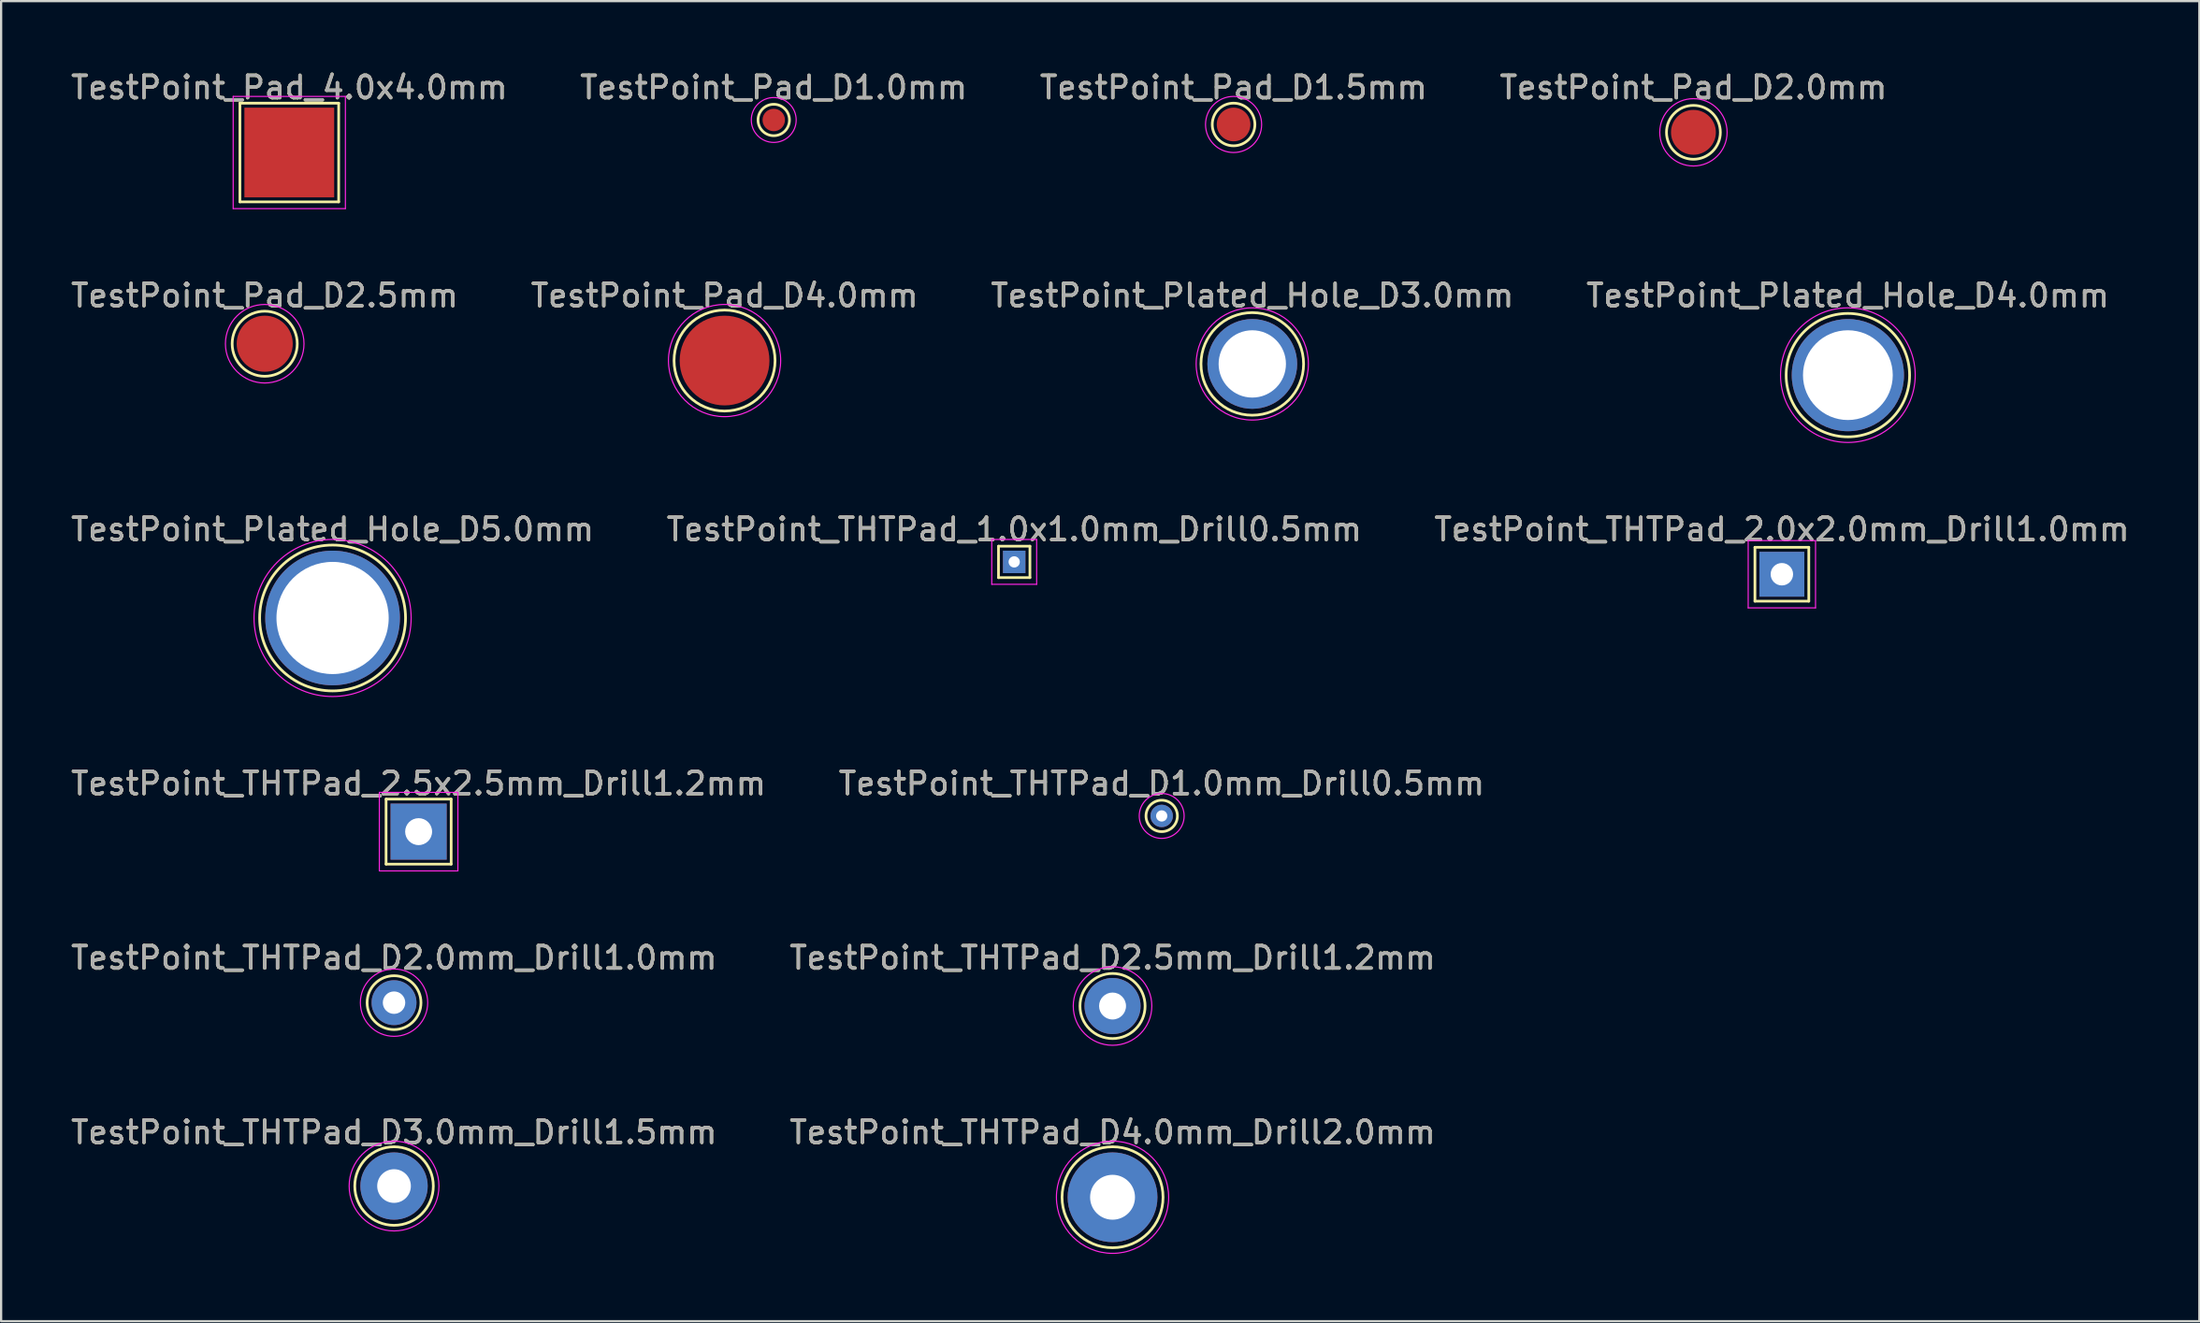
<source format=kicad_pcb>
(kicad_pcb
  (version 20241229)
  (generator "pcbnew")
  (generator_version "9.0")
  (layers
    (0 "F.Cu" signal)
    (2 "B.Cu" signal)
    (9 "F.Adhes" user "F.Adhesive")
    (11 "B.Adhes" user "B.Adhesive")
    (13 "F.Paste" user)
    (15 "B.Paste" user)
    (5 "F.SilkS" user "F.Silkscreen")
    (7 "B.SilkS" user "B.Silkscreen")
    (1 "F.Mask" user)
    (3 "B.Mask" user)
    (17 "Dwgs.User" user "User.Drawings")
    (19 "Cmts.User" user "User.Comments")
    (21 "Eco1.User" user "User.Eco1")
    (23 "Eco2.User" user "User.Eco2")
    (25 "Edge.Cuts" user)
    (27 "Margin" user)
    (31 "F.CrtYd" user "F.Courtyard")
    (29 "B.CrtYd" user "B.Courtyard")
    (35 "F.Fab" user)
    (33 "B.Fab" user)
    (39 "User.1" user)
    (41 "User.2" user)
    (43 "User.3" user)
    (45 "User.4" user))
  (footprint "TestPoint_THTPad_D2.0mm_Drill1.0mm"
    (layer "F.Cu")
    (at 14.506 41.641)
    (property "Reference" "TestPoint_THTPad_D2.0mm_Drill1.0mm" (at 0 -1.998 0) (layer "F.SilkS") (effects (font (size 1 1) (thickness 0.15))))
    (attr exclude_from_pos_files exclude_from_bom)
    (fp_circle (center 0 0) (end 0 1.2) (stroke (width 0.12) (type solid)) (fill no) (layer "F.SilkS"))
    (fp_circle (center 0 0) (end 1.5 0) (stroke (width 0.05) (type solid)) (fill no) (layer "F.CrtYd"))
    (fp_text user "${REFERENCE}" (at 0 -2 0) (layer "F.Fab") (effects (font (size 1 1) (thickness 0.15))))
    (pad "" np_thru_hole circle (at 0 0) (size 2 2) (drill 1) (layers "*.Cu" "*.Mask")))
  (footprint "TestPoint_Pad_D1.0mm"
    (layer "F.Cu")
    (at 31.423 2.298)
    (property "Reference" "TestPoint_Pad_D1.0mm" (at 0 -1.448 0) (layer "F.SilkS") (effects (font (size 1 1) (thickness 0.15))))
    (attr exclude_from_pos_files exclude_from_bom)
    (fp_circle (center 0 0) (end 0 0.7) (stroke (width 0.12) (type solid)) (fill no) (layer "F.SilkS"))
    (fp_circle (center 0 0) (end 1 0) (stroke (width 0.05) (type solid)) (fill no) (layer "F.CrtYd"))
    (fp_text user "${REFERENCE}" (at 0 -1.45 0) (layer "F.Fab") (effects (font (size 1 1) (thickness 0.15))))
    (pad "1" smd circle (at 0 0) (size 1 1) (layers "F.Cu" "F.Mask")))
  (footprint "TestPoint_THTPad_D2.5mm_Drill1.2mm"
    (layer "F.Cu")
    (at 46.518 41.791)
    (property "Reference" "TestPoint_THTPad_D2.5mm_Drill1.2mm" (at 0 -2.148 0) (layer "F.SilkS") (effects (font (size 1 1) (thickness 0.15))))
    (attr exclude_from_pos_files exclude_from_bom)
    (fp_circle (center 0 0) (end 0 1.45) (stroke (width 0.12) (type solid)) (fill no) (layer "F.SilkS"))
    (fp_circle (center 0 0) (end 1.75 0) (stroke (width 0.05) (type solid)) (fill no) (layer "F.CrtYd"))
    (fp_text user "${REFERENCE}" (at 0 -2.15 0) (layer "F.Fab") (effects (font (size 1 1) (thickness 0.15))))
    (pad "" np_thru_hole circle (at 0 0) (size 2.5 2.5) (drill 1.2) (layers "*.Cu" "*.Mask")))
  (footprint "TestPoint_THTPad_2.0x2.0mm_Drill1.0mm"
    (layer "F.Cu")
    (at 76.339 22.545)
    (property "Reference" "TestPoint_THTPad_2.0x2.0mm_Drill1.0mm" (at 0 -1.998 0) (layer "F.SilkS") (effects (font (size 1 1) (thickness 0.15))))
    (attr exclude_from_pos_files exclude_from_bom)
    (fp_line (start -1.2 -1.2) (end 1.2 -1.2) (stroke (width 0.12) (type solid)) (layer "F.SilkS"))
    (fp_line (start -1.2 1.2) (end -1.2 -1.2) (stroke (width 0.12) (type solid)) (layer "F.SilkS"))
    (fp_line (start 1.2 -1.2) (end 1.2 1.2) (stroke (width 0.12) (type solid)) (layer "F.SilkS"))
    (fp_line (start 1.2 1.2) (end -1.2 1.2) (stroke (width 0.12) (type solid)) (layer "F.SilkS"))
    (fp_line (start -1.5 -1.5) (end -1.5 1.5) (stroke (width 0.05) (type solid)) (layer "F.CrtYd"))
    (fp_line (start -1.5 -1.5) (end 1.5 -1.5) (stroke (width 0.05) (type solid)) (layer "F.CrtYd"))
    (fp_line (start 1.5 1.5) (end -1.5 1.5) (stroke (width 0.05) (type solid)) (layer "F.CrtYd"))
    (fp_line (start 1.5 1.5) (end 1.5 -1.5) (stroke (width 0.05) (type solid)) (layer "F.CrtYd"))
    (fp_text user "${REFERENCE}" (at 0 -2 0) (layer "F.Fab") (effects (font (size 1 1) (thickness 0.15))))
    (pad "" np_thru_hole rect (at 0 0) (size 2 2) (drill 1) (layers "*.Cu" "*.Mask")))
  (footprint "TestPoint_THTPad_1.0x1.0mm_Drill0.5mm"
    (layer "F.Cu")
    (at 42.137 21.995)
    (property "Reference" "TestPoint_THTPad_1.0x1.0mm_Drill0.5mm" (at 0 -1.448 0) (layer "F.SilkS") (effects (font (size 1 1) (thickness 0.15))))
    (attr exclude_from_pos_files exclude_from_bom)
    (fp_line (start -0.7 -0.7) (end 0.7 -0.7) (stroke (width 0.12) (type solid)) (layer "F.SilkS"))
    (fp_line (start -0.7 0.7) (end -0.7 -0.7) (stroke (width 0.12) (type solid)) (layer "F.SilkS"))
    (fp_line (start 0.7 -0.7) (end 0.7 0.7) (stroke (width 0.12) (type solid)) (layer "F.SilkS"))
    (fp_line (start 0.7 0.7) (end -0.7 0.7) (stroke (width 0.12) (type solid)) (layer "F.SilkS"))
    (fp_line (start -1 -1) (end -1 1) (stroke (width 0.05) (type solid)) (layer "F.CrtYd"))
    (fp_line (start -1 -1) (end 1 -1) (stroke (width 0.05) (type solid)) (layer "F.CrtYd"))
    (fp_line (start 1 1) (end -1 1) (stroke (width 0.05) (type solid)) (layer "F.CrtYd"))
    (fp_line (start 1 1) (end 1 -1) (stroke (width 0.05) (type solid)) (layer "F.CrtYd"))
    (fp_text user "${REFERENCE}" (at 0 -1.45 0) (layer "F.Fab") (effects (font (size 1 1) (thickness 0.15))))
    (pad "" np_thru_hole rect (at 0 0) (size 1 1) (drill 0.5) (layers "*.Cu" "*.Mask")))
  (footprint "TestPoint_Pad_D1.5mm"
    (layer "F.Cu")
    (at 51.911 2.498)
    (property "Reference" "TestPoint_Pad_D1.5mm" (at 0 -1.648 0) (layer "F.SilkS") (effects (font (size 1 1) (thickness 0.15))))
    (attr exclude_from_pos_files exclude_from_bom)
    (fp_circle (center 0 0) (end 0 0.95) (stroke (width 0.12) (type solid)) (fill no) (layer "F.SilkS"))
    (fp_circle (center 0 0) (end 1.25 0) (stroke (width 0.05) (type solid)) (fill no) (layer "F.CrtYd"))
    (fp_text user "${REFERENCE}" (at 0 -1.65 0) (layer "F.Fab") (effects (font (size 1 1) (thickness 0.15))))
    (pad "1" smd circle (at 0 0) (size 1.5 1.5) (layers "F.Cu" "F.Mask")))
  (footprint "TestPoint_Pad_D4.0mm"
    (layer "F.Cu")
    (at 29.232 13.021)
    (property "Reference" "TestPoint_Pad_D4.0mm" (at 0 -2.898 0) (layer "F.SilkS") (effects (font (size 1 1) (thickness 0.15))))
    (attr exclude_from_pos_files exclude_from_bom)
    (fp_circle (center 0 0) (end 0 2.25) (stroke (width 0.12) (type solid)) (fill no) (layer "F.SilkS"))
    (fp_circle (center 0 0) (end 2.5 0) (stroke (width 0.05) (type solid)) (fill no) (layer "F.CrtYd"))
    (fp_text user "${REFERENCE}" (at 0 -2.9 0) (layer "F.Fab") (effects (font (size 1 1) (thickness 0.15))))
    (pad "1" smd circle (at 0 0) (size 4 4) (layers "F.Cu" "F.Mask")))
  (footprint "TestPoint_THTPad_D3.0mm_Drill1.5mm"
    (layer "F.Cu")
    (at 14.506 49.815)
    (property "Reference" "TestPoint_THTPad_D3.0mm_Drill1.5mm" (at 0 -2.398 0) (layer "F.SilkS") (effects (font (size 1 1) (thickness 0.15))))
    (attr exclude_from_pos_files exclude_from_bom)
    (fp_circle (center 0 0) (end 0 1.75) (stroke (width 0.12) (type solid)) (fill no) (layer "F.SilkS"))
    (fp_circle (center 0 0) (end 2 0) (stroke (width 0.05) (type solid)) (fill no) (layer "F.CrtYd"))
    (fp_text user "${REFERENCE}" (at 0 -2.4 0) (layer "F.Fab") (effects (font (size 1 1) (thickness 0.15))))
    (pad "" np_thru_hole circle (at 0 0) (size 3 3) (drill 1.5) (layers "*.Cu" "*.Mask")))
  (footprint "TestPoint_THTPad_2.5x2.5mm_Drill1.2mm"
    (layer "F.Cu")
    (at 15.601 34.018)
    (property "Reference" "TestPoint_THTPad_2.5x2.5mm_Drill1.2mm" (at 0 -2.148 0) (layer "F.SilkS") (effects (font (size 1 1) (thickness 0.15))))
    (attr exclude_from_pos_files exclude_from_bom)
    (fp_line (start -1.45 -1.45) (end 1.45 -1.45) (stroke (width 0.12) (type solid)) (layer "F.SilkS"))
    (fp_line (start -1.45 1.45) (end -1.45 -1.45) (stroke (width 0.12) (type solid)) (layer "F.SilkS"))
    (fp_line (start 1.45 -1.45) (end 1.45 1.45) (stroke (width 0.12) (type solid)) (layer "F.SilkS"))
    (fp_line (start 1.45 1.45) (end -1.45 1.45) (stroke (width 0.12) (type solid)) (layer "F.SilkS"))
    (fp_line (start -1.75 -1.75) (end -1.75 1.75) (stroke (width 0.05) (type solid)) (layer "F.CrtYd"))
    (fp_line (start -1.75 -1.75) (end 1.75 -1.75) (stroke (width 0.05) (type solid)) (layer "F.CrtYd"))
    (fp_line (start 1.75 1.75) (end -1.75 1.75) (stroke (width 0.05) (type solid)) (layer "F.CrtYd"))
    (fp_line (start 1.75 1.75) (end 1.75 -1.75) (stroke (width 0.05) (type solid)) (layer "F.CrtYd"))
    (fp_text user "${REFERENCE}" (at 0 -2.15 0) (layer "F.Fab") (effects (font (size 1 1) (thickness 0.15))))
    (pad "" np_thru_hole rect (at 0 0) (size 2.5 2.5) (drill 1.2) (layers "*.Cu" "*.Mask")))
  (footprint "TestPoint_Plated_Hole_D4.0mm"
    (layer "F.Cu")
    (at 79.28 13.671)
    (property "Reference" "TestPoint_Plated_Hole_D4.0mm" (at 0 -3.548 0) (layer "F.SilkS") (effects (font (size 1 1) (thickness 0.15))))
    (attr exclude_from_pos_files exclude_from_bom)
    (fp_circle (center 0 0) (end 0 2.75) (stroke (width 0.12) (type solid)) (fill no) (layer "F.SilkS"))
    (fp_circle (center 0 0) (end 3 0) (stroke (width 0.05) (type solid)) (fill no) (layer "F.CrtYd"))
    (fp_text user "${REFERENCE}" (at 0 -3.55 0) (layer "F.Fab") (effects (font (size 1 1) (thickness 0.15))))
    (pad "1" thru_hole circle (at 0 0) (size 5 5) (drill 4) (layers "*.Cu" "*.Mask")))
  (footprint "TestPoint_Pad_D2.5mm"
    (layer "F.Cu")
    (at 8.744 12.271)
    (property "Reference" "TestPoint_Pad_D2.5mm" (at 0 -2.148 0) (layer "F.SilkS") (effects (font (size 1 1) (thickness 0.15))))
    (attr exclude_from_pos_files exclude_from_bom)
    (fp_circle (center 0 0) (end 0 1.45) (stroke (width 0.12) (type solid)) (fill no) (layer "F.SilkS"))
    (fp_circle (center 0 0) (end 1.75 0) (stroke (width 0.05) (type solid)) (fill no) (layer "F.CrtYd"))
    (fp_text user "${REFERENCE}" (at 0 -2.15 0) (layer "F.Fab") (effects (font (size 1 1) (thickness 0.15))))
    (pad "1" smd circle (at 0 0) (size 2.5 2.5) (layers "F.Cu" "F.Mask")))
  (footprint "TestPoint_Pad_4.0x4.0mm"
    (layer "F.Cu")
    (at 9.839 3.748)
    (property "Reference" "TestPoint_Pad_4.0x4.0mm" (at 0 -2.898 0) (layer "F.SilkS") (effects (font (size 1 1) (thickness 0.15))))
    (attr exclude_from_pos_files exclude_from_bom)
    (fp_line (start -2.2 -2.2) (end 2.2 -2.2) (stroke (width 0.12) (type solid)) (layer "F.SilkS"))
    (fp_line (start -2.2 2.2) (end -2.2 -2.2) (stroke (width 0.12) (type solid)) (layer "F.SilkS"))
    (fp_line (start 2.2 -2.2) (end 2.2 2.2) (stroke (width 0.12) (type solid)) (layer "F.SilkS"))
    (fp_line (start 2.2 2.2) (end -2.2 2.2) (stroke (width 0.12) (type solid)) (layer "F.SilkS"))
    (fp_line (start -2.5 -2.5) (end -2.5 2.5) (stroke (width 0.05) (type solid)) (layer "F.CrtYd"))
    (fp_line (start -2.5 -2.5) (end 2.5 -2.5) (stroke (width 0.05) (type solid)) (layer "F.CrtYd"))
    (fp_line (start 2.5 2.5) (end -2.5 2.5) (stroke (width 0.05) (type solid)) (layer "F.CrtYd"))
    (fp_line (start 2.5 2.5) (end 2.5 -2.5) (stroke (width 0.05) (type solid)) (layer "F.CrtYd"))
    (fp_text user "${REFERENCE}" (at 0 -2.9 0) (layer "F.Fab") (effects (font (size 1 1) (thickness 0.15))))
    (pad "1" smd rect (at 0 0) (size 4 4) (layers "F.Cu" "F.Mask")))
  (footprint "TestPoint_Pad_D2.0mm"
    (layer "F.Cu")
    (at 72.399 2.848)
    (property "Reference" "TestPoint_Pad_D2.0mm" (at 0 -1.998 0) (layer "F.SilkS") (effects (font (size 1 1) (thickness 0.15))))
    (attr exclude_from_pos_files exclude_from_bom)
    (fp_circle (center 0 0) (end 0 1.2) (stroke (width 0.12) (type solid)) (fill no) (layer "F.SilkS"))
    (fp_circle (center 0 0) (end 1.5 0) (stroke (width 0.05) (type solid)) (fill no) (layer "F.CrtYd"))
    (fp_text user "${REFERENCE}" (at 0 -2 0) (layer "F.Fab") (effects (font (size 1 1) (thickness 0.15))))
    (pad "1" smd circle (at 0 0) (size 2 2) (layers "F.Cu" "F.Mask")))
  (footprint "TestPoint_Plated_Hole_D5.0mm"
    (layer "F.Cu")
    (at 11.768 24.495)
    (property "Reference" "TestPoint_Plated_Hole_D5.0mm" (at 0 -3.948 0) (layer "F.SilkS") (effects (font (size 1 1) (thickness 0.15))))
    (attr exclude_from_pos_files exclude_from_bom)
    (fp_circle (center 0 0) (end 0 3.25) (stroke (width 0.12) (type solid)) (fill no) (layer "F.SilkS"))
    (fp_circle (center 0 0) (end 3.5 0) (stroke (width 0.05) (type solid)) (fill no) (layer "F.CrtYd"))
    (fp_text user "${REFERENCE}" (at 0 -3.95 0) (layer "F.Fab") (effects (font (size 1 1) (thickness 0.15))))
    (pad "1" thru_hole circle (at 0 0) (size 6 6) (drill 5) (layers "*.Cu" "*.Mask")))
  (footprint "TestPoint_Plated_Hole_D3.0mm"
    (layer "F.Cu")
    (at 52.744 13.171)
    (property "Reference" "TestPoint_Plated_Hole_D3.0mm" (at 0 -3.048 0) (layer "F.SilkS") (effects (font (size 1 1) (thickness 0.15))))
    (attr exclude_from_pos_files exclude_from_bom)
    (fp_circle (center 0 0) (end 0 -2.286) (stroke (width 0.12) (type solid)) (fill no) (layer "F.SilkS"))
    (fp_circle (center 0 0) (end 2.5 0) (stroke (width 0.05) (type solid)) (fill no) (layer "F.CrtYd"))
    (fp_text user "${REFERENCE}" (at 0 -3.05 0) (layer "F.Fab") (effects (font (size 1 1) (thickness 0.15))))
    (pad "1" thru_hole circle (at 0 0) (size 4 4) (drill 3) (layers "*.Cu" "*.Mask")))
  (footprint "TestPoint_THTPad_D1.0mm_Drill0.5mm"
    (layer "F.Cu")
    (at 48.708 33.318)
    (property "Reference" "TestPoint_THTPad_D1.0mm_Drill0.5mm" (at 0 -1.448 0) (layer "F.SilkS") (effects (font (size 1 1) (thickness 0.15))))
    (attr exclude_from_pos_files exclude_from_bom)
    (fp_circle (center 0 0) (end 0 0.7) (stroke (width 0.12) (type solid)) (fill no) (layer "F.SilkS"))
    (fp_circle (center 0 0) (end 1 0) (stroke (width 0.05) (type solid)) (fill no) (layer "F.CrtYd"))
    (fp_text user "${REFERENCE}" (at 0 -1.45 0) (layer "F.Fab") (effects (font (size 1 1) (thickness 0.15))))
    (pad "" np_thru_hole circle (at 0 0) (size 1 1) (drill 0.5) (layers "*.Cu" "*.Mask")))
  (footprint "TestPoint_THTPad_D4.0mm_Drill2.0mm"
    (layer "F.Cu")
    (at 46.518 50.315)
    (property "Reference" "TestPoint_THTPad_D4.0mm_Drill2.0mm" (at 0 -2.898 0) (layer "F.SilkS") (effects (font (size 1 1) (thickness 0.15))))
    (attr exclude_from_pos_files exclude_from_bom)
    (fp_circle (center 0 0) (end 0 2.25) (stroke (width 0.12) (type solid)) (fill no) (layer "F.SilkS"))
    (fp_circle (center 0 0) (end 2.5 0) (stroke (width 0.05) (type solid)) (fill no) (layer "F.CrtYd"))
    (fp_text user "${REFERENCE}" (at 0 -2.9 0) (layer "F.Fab") (effects (font (size 1 1) (thickness 0.15))))
    (pad "" np_thru_hole circle (at 0 0) (size 4 4) (drill 2) (layers "*.Cu" "*.Mask")))
  (gr_rect
    (start -3 -3)
    (end 94.94 55.84)
    (stroke (width 0.1) (type default))
    (fill no)
    (layer "Edge.Cuts")))
</source>
